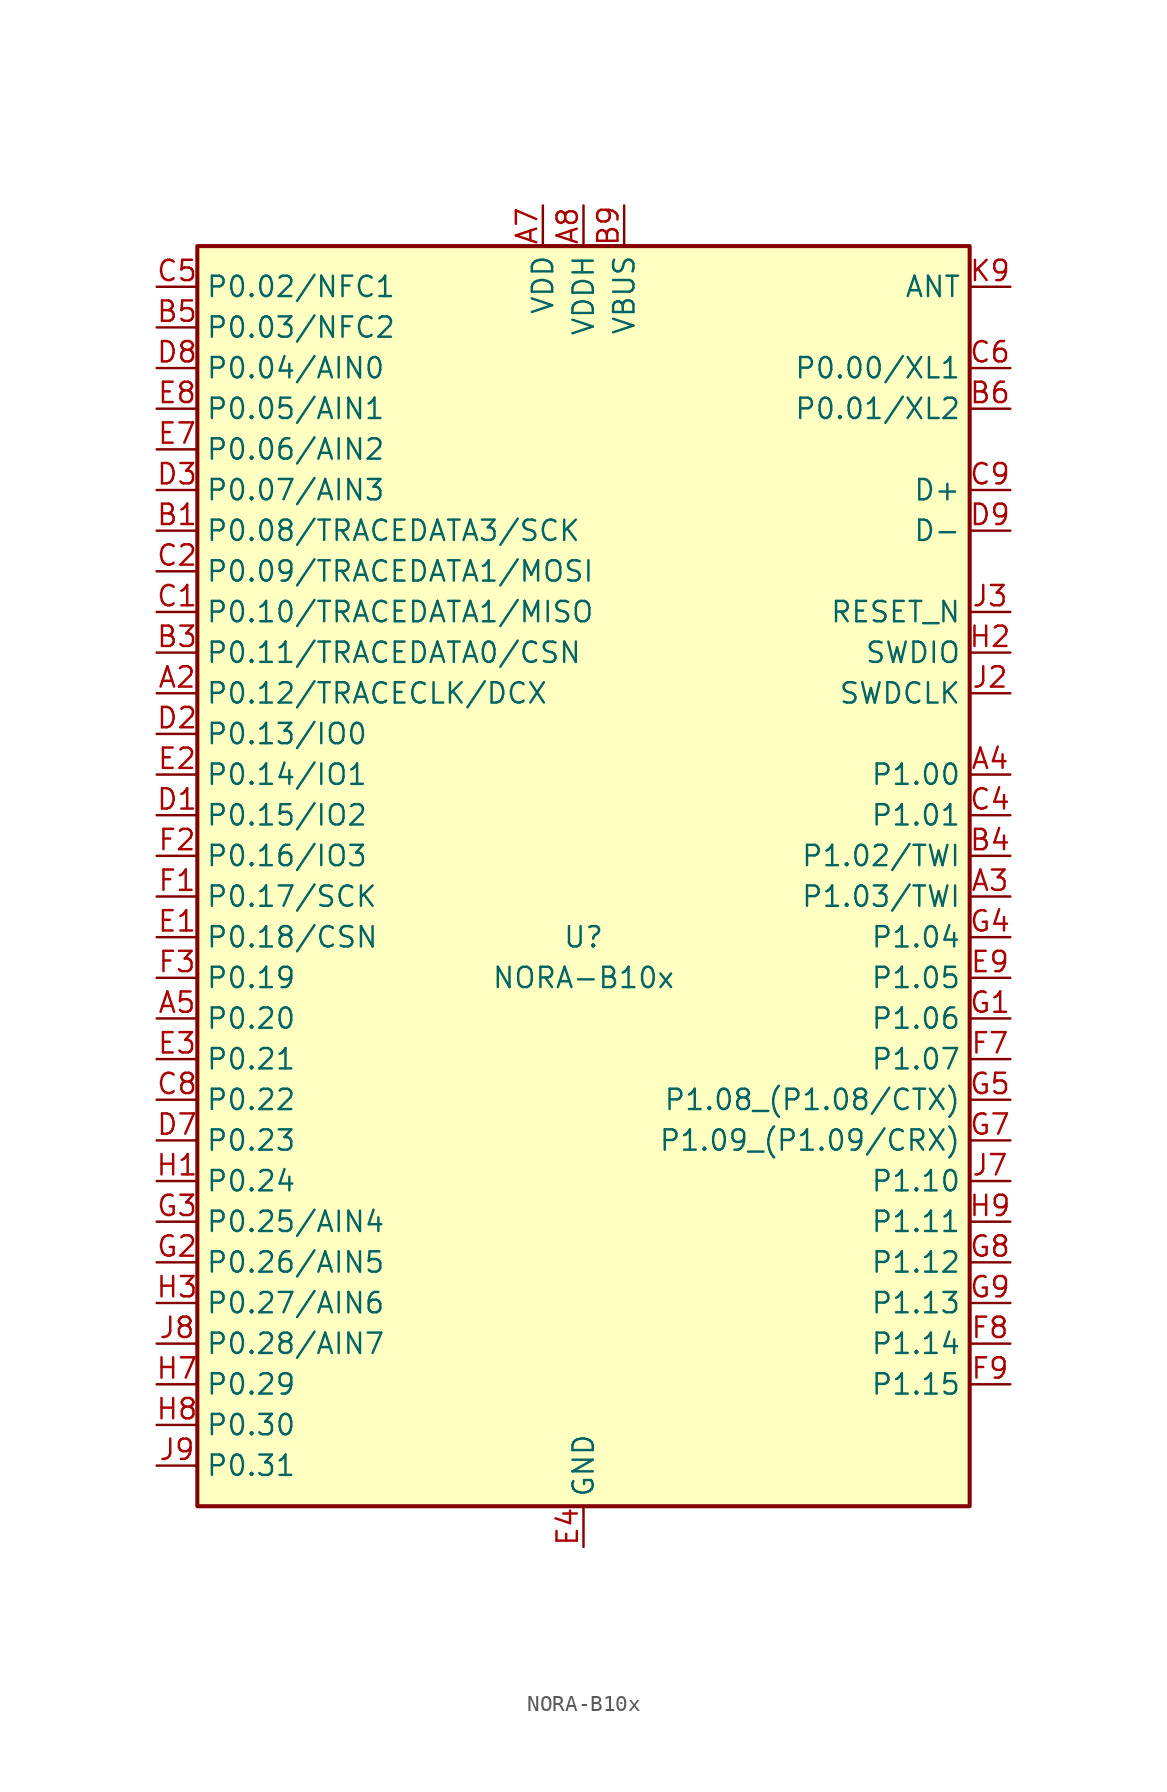
<source format=kicad_sym>
(kicad_symbol_lib
  (version 20210619)
  (generator kicad_symbol_editor)
  (symbol "RF_Module_User:NORA-B10x"
    (property "Reference" "U"
      (at 0 -3.81 0)
      (effects (font (size 1.27 1.27))))
    (property "Value" "NORA-B10x"
      (at 0 -6.35 0)
      (effects (font (size 1.27 1.27))))
    (symbol "NORA-B10x_0_0"
      (pin input line (at 26.67 16.51 180) (length 2.54) (name "RESET_N" (effects (font (size 1.27 1.27)))) (number "J3" (effects (font (size 1.27 1.27)))))
      (pin bidirectional line (at 26.67 36.83 180) (length 2.54) (name "ANT" (effects (font (size 1.27 1.27)))) (number "K9" (effects (font (size 1.27 1.27))))))
    (symbol "NORA-B10x_0_1"
      (rectangle (start -24.13 39.37) (end 24.13 -39.37) (stroke (width 0.254)) (fill (type background)))
      (pin passive line (at -2.54 41.91 270) (length 2.54) hide (name "VDD" (effects (font (size 1.27 1.27)))) (number "B7" (effects (font (size 1.27 1.27)))))
      (pin passive line (at 0 -41.91 90) (length 2.54) hide (name "GND" (effects (font (size 1.27 1.27)))) (number "E5" (effects (font (size 1.27 1.27)))))
      (pin passive line (at 0 -41.91 90) (length 2.54) hide (name "GND" (effects (font (size 1.27 1.27)))) (number "F4" (effects (font (size 1.27 1.27)))))
      (pin passive line (at 0 -41.91 90) (length 2.54) hide (name "GND" (effects (font (size 1.27 1.27)))) (number "F5" (effects (font (size 1.27 1.27)))))
      (pin passive line (at 0 -41.91 90) (length 2.54) hide (name "GND" (effects (font (size 1.27 1.27)))) (number "K2" (effects (font (size 1.27 1.27)))))
      (pin passive line (at 0 -41.91 90) (length 2.54) hide (name "GND" (effects (font (size 1.27 1.27)))) (number "K3" (effects (font (size 1.27 1.27)))))
      (pin passive line (at 0 -41.91 90) (length 2.54) hide (name "GND" (effects (font (size 1.27 1.27)))) (number "K5" (effects (font (size 1.27 1.27)))))
      (pin passive line (at 0 -41.91 90) (length 2.54) hide (name "GND" (effects (font (size 1.27 1.27)))) (number "K7" (effects (font (size 1.27 1.27)))))
      (pin passive line (at 0 -41.91 90) (length 2.54) hide (name "GND" (effects (font (size 1.27 1.27)))) (number "K8" (effects (font (size 1.27 1.27)))))
      (pin passive line (at 0 -41.91 90) (length 2.54) hide (name "GND" (effects (font (size 1.27 1.27)))) (number "L1" (effects (font (size 1.27 1.27)))))
      (pin passive line (at 0 -41.91 90) (length 2.54) hide (name "GND" (effects (font (size 1.27 1.27)))) (number "L9" (effects (font (size 1.27 1.27)))))
      (pin passive line (at 0 -41.91 90) (length 2.54) hide (name "GND" (effects (font (size 1.27 1.27)))) (number "M1" (effects (font (size 1.27 1.27)))))
      (pin passive line (at 0 -41.91 90) (length 2.54) hide (name "GND" (effects (font (size 1.27 1.27)))) (number "M2" (effects (font (size 1.27 1.27)))))
      (pin passive line (at 0 -41.91 90) (length 2.54) hide (name "GND" (effects (font (size 1.27 1.27)))) (number "M8" (effects (font (size 1.27 1.27)))))
      (pin passive line (at 0 -41.91 90) (length 2.54) hide (name "GND" (effects (font (size 1.27 1.27)))) (number "M9" (effects (font (size 1.27 1.27))))))
    (symbol "NORA-B10x_1_1"
      (pin passive line (at 0 -41.91 90) (length 2.54) hide (name "GND" (effects (font (size 1.27 1.27)))) (number "A1" (effects (font (size 1.27 1.27)))))
      (pin bidirectional line (at -26.67 11.43 0) (length 2.54) (name "P0.12/TRACECLK/DCX" (effects (font (size 1.27 1.27)))) (number "A2" (effects (font (size 1.27 1.27)))))
      (pin bidirectional line (at 26.67 -1.27 180) (length 2.54) (name "P1.03/TWI" (effects (font (size 1.27 1.27)))) (number "A3" (effects (font (size 1.27 1.27)))))
      (pin bidirectional line (at 26.67 6.35 180) (length 2.54) (name "P1.00" (effects (font (size 1.27 1.27)))) (number "A4" (effects (font (size 1.27 1.27)))))
      (pin bidirectional line (at -26.67 -8.89 0) (length 2.54) (name "P0.20" (effects (font (size 1.27 1.27)))) (number "A5" (effects (font (size 1.27 1.27)))))
      (pin power_in line (at -2.54 41.91 270) (length 2.54) (name "VDD" (effects (font (size 1.27 1.27)))) (number "A7" (effects (font (size 1.27 1.27)))))
      (pin power_in line (at 0 41.91 270) (length 2.54) (name "VDDH" (effects (font (size 1.27 1.27)))) (number "A8" (effects (font (size 1.27 1.27)))))
      (pin passive line (at 0 -41.91 90) (length 2.54) hide (name "GND" (effects (font (size 1.27 1.27)))) (number "A9" (effects (font (size 1.27 1.27)))))
      (pin bidirectional line (at -26.67 21.59 0) (length 2.54) (name "P0.08/TRACEDATA3/SCK" (effects (font (size 1.27 1.27)))) (number "B1" (effects (font (size 1.27 1.27)))))
      (pin passive line (at 0 -41.91 90) (length 2.54) hide (name "GND" (effects (font (size 1.27 1.27)))) (number "B2" (effects (font (size 1.27 1.27)))))
      (pin bidirectional line (at -26.67 13.97 0) (length 2.54) (name "P0.11/TRACEDATA0/CSN" (effects (font (size 1.27 1.27)))) (number "B3" (effects (font (size 1.27 1.27)))))
      (pin bidirectional line (at 26.67 1.27 180) (length 2.54) (name "P1.02/TWI" (effects (font (size 1.27 1.27)))) (number "B4" (effects (font (size 1.27 1.27)))))
      (pin bidirectional line (at -26.67 34.29 0) (length 2.54) (name "P0.03/NFC2" (effects (font (size 1.27 1.27)))) (number "B5" (effects (font (size 1.27 1.27)))))
      (pin bidirectional line (at 26.67 29.21 180) (length 2.54) (name "P0.01/XL2" (effects (font (size 1.27 1.27)))) (number "B6" (effects (font (size 1.27 1.27)))))
      (pin passive line (at 0 -41.91 90) (length 2.54) hide (name "GND" (effects (font (size 1.27 1.27)))) (number "B8" (effects (font (size 1.27 1.27)))))
      (pin power_in line (at 2.54 41.91 270) (length 2.54) (name "VBUS" (effects (font (size 1.27 1.27)))) (number "B9" (effects (font (size 1.27 1.27)))))
      (pin bidirectional line (at -26.67 16.51 0) (length 2.54) (name "P0.10/TRACEDATA1/MISO" (effects (font (size 1.27 1.27)))) (number "C1" (effects (font (size 1.27 1.27)))))
      (pin bidirectional line (at -26.67 19.05 0) (length 2.54) (name "P0.09/TRACEDATA1/MOSI" (effects (font (size 1.27 1.27)))) (number "C2" (effects (font (size 1.27 1.27)))))
      (pin bidirectional line (at 26.67 3.81 180) (length 2.54) (name "P1.01" (effects (font (size 1.27 1.27)))) (number "C4" (effects (font (size 1.27 1.27)))))
      (pin bidirectional line (at -26.67 36.83 0) (length 2.54) (name "P0.02/NFC1" (effects (font (size 1.27 1.27)))) (number "C5" (effects (font (size 1.27 1.27)))))
      (pin bidirectional line (at 26.67 31.75 180) (length 2.54) (name "P0.00/XL1" (effects (font (size 1.27 1.27)))) (number "C6" (effects (font (size 1.27 1.27)))))
      (pin bidirectional line (at -26.67 -13.97 0) (length 2.54) (name "P0.22" (effects (font (size 1.27 1.27)))) (number "C8" (effects (font (size 1.27 1.27)))))
      (pin bidirectional line (at 26.67 24.13 180) (length 2.54) (name "D+" (effects (font (size 1.27 1.27)))) (number "C9" (effects (font (size 1.27 1.27)))))
      (pin bidirectional line (at -26.67 3.81 0) (length 2.54) (name "P0.15/IO2" (effects (font (size 1.27 1.27)))) (number "D1" (effects (font (size 1.27 1.27)))))
      (pin bidirectional line (at -26.67 8.89 0) (length 2.54) (name "P0.13/IO0" (effects (font (size 1.27 1.27)))) (number "D2" (effects (font (size 1.27 1.27)))))
      (pin bidirectional line (at -26.67 24.13 0) (length 2.54) (name "P0.07/AIN3" (effects (font (size 1.27 1.27)))) (number "D3" (effects (font (size 1.27 1.27)))))
      (pin bidirectional line (at -26.67 -16.51 0) (length 2.54) (name "P0.23" (effects (font (size 1.27 1.27)))) (number "D7" (effects (font (size 1.27 1.27)))))
      (pin bidirectional line (at -26.67 31.75 0) (length 2.54) (name "P0.04/AIN0" (effects (font (size 1.27 1.27)))) (number "D8" (effects (font (size 1.27 1.27)))))
      (pin bidirectional line (at 26.67 21.59 180) (length 2.54) (name "D-" (effects (font (size 1.27 1.27)))) (number "D9" (effects (font (size 1.27 1.27)))))
      (pin bidirectional line (at -26.67 -3.81 0) (length 2.54) (name "P0.18/CSN" (effects (font (size 1.27 1.27)))) (number "E1" (effects (font (size 1.27 1.27)))))
      (pin bidirectional line (at -26.67 6.35 0) (length 2.54) (name "P0.14/IO1" (effects (font (size 1.27 1.27)))) (number "E2" (effects (font (size 1.27 1.27)))))
      (pin bidirectional line (at -26.67 -11.43 0) (length 2.54) (name "P0.21" (effects (font (size 1.27 1.27)))) (number "E3" (effects (font (size 1.27 1.27)))))
      (pin power_in line (at 0 -41.91 90) (length 2.54) (name "GND" (effects (font (size 1.27 1.27)))) (number "E4" (effects (font (size 1.27 1.27)))))
      (pin bidirectional line (at -26.67 26.67 0) (length 2.54) (name "P0.06/AIN2" (effects (font (size 1.27 1.27)))) (number "E7" (effects (font (size 1.27 1.27)))))
      (pin bidirectional line (at -26.67 29.21 0) (length 2.54) (name "P0.05/AIN1" (effects (font (size 1.27 1.27)))) (number "E8" (effects (font (size 1.27 1.27)))))
      (pin bidirectional line (at 26.67 -6.35 180) (length 2.54) (name "P1.05" (effects (font (size 1.27 1.27)))) (number "E9" (effects (font (size 1.27 1.27)))))
      (pin bidirectional line (at -26.67 -1.27 0) (length 2.54) (name "P0.17/SCK" (effects (font (size 1.27 1.27)))) (number "F1" (effects (font (size 1.27 1.27)))))
      (pin bidirectional line (at -26.67 1.27 0) (length 2.54) (name "P0.16/IO3" (effects (font (size 1.27 1.27)))) (number "F2" (effects (font (size 1.27 1.27)))))
      (pin bidirectional line (at -26.67 -6.35 0) (length 2.54) (name "P0.19" (effects (font (size 1.27 1.27)))) (number "F3" (effects (font (size 1.27 1.27)))))
      (pin bidirectional line (at 26.67 -11.43 180) (length 2.54) (name "P1.07" (effects (font (size 1.27 1.27)))) (number "F7" (effects (font (size 1.27 1.27)))))
      (pin bidirectional line (at 26.67 -29.21 180) (length 2.54) (name "P1.14" (effects (font (size 1.27 1.27)))) (number "F8" (effects (font (size 1.27 1.27)))))
      (pin bidirectional line (at 26.67 -31.75 180) (length 2.54) (name "P1.15" (effects (font (size 1.27 1.27)))) (number "F9" (effects (font (size 1.27 1.27)))))
      (pin bidirectional line (at 26.67 -8.89 180) (length 2.54) (name "P1.06" (effects (font (size 1.27 1.27)))) (number "G1" (effects (font (size 1.27 1.27)))))
      (pin bidirectional line (at -26.67 -24.13 0) (length 2.54) (name "P0.26/AIN5" (effects (font (size 1.27 1.27)))) (number "G2" (effects (font (size 1.27 1.27)))))
      (pin bidirectional line (at -26.67 -21.59 0) (length 2.54) (name "P0.25/AIN4" (effects (font (size 1.27 1.27)))) (number "G3" (effects (font (size 1.27 1.27)))))
      (pin bidirectional line (at 26.67 -3.81 180) (length 2.54) (name "P1.04" (effects (font (size 1.27 1.27)))) (number "G4" (effects (font (size 1.27 1.27)))))
      (pin bidirectional line (at 26.67 -13.97 180) (length 2.54) (name "P1.08_(P1.08/CTX)" (effects (font (size 1.27 1.27)))) (number "G5" (effects (font (size 1.27 1.27)))))
      (pin bidirectional line (at 26.67 -16.51 180) (length 2.54) (name "P1.09_(P1.09/CRX)" (effects (font (size 1.27 1.27)))) (number "G7" (effects (font (size 1.27 1.27)))))
      (pin bidirectional line (at 26.67 -24.13 180) (length 2.54) (name "P1.12" (effects (font (size 1.27 1.27)))) (number "G8" (effects (font (size 1.27 1.27)))))
      (pin bidirectional line (at 26.67 -26.67 180) (length 2.54) (name "P1.13" (effects (font (size 1.27 1.27)))) (number "G9" (effects (font (size 1.27 1.27)))))
      (pin bidirectional line (at -26.67 -19.05 0) (length 2.54) (name "P0.24" (effects (font (size 1.27 1.27)))) (number "H1" (effects (font (size 1.27 1.27)))))
      (pin bidirectional line (at 26.67 13.97 180) (length 2.54) (name "SWDIO" (effects (font (size 1.27 1.27)))) (number "H2" (effects (font (size 1.27 1.27)))))
      (pin bidirectional line (at -26.67 -26.67 0) (length 2.54) (name "P0.27/AIN6" (effects (font (size 1.27 1.27)))) (number "H3" (effects (font (size 1.27 1.27)))))
      (pin bidirectional line (at -26.67 -31.75 0) (length 2.54) (name "P0.29" (effects (font (size 1.27 1.27)))) (number "H7" (effects (font (size 1.27 1.27)))))
      (pin bidirectional line (at -26.67 -34.29 0) (length 2.54) (name "P0.30" (effects (font (size 1.27 1.27)))) (number "H8" (effects (font (size 1.27 1.27)))))
      (pin bidirectional line (at 26.67 -21.59 180) (length 2.54) (name "P1.11" (effects (font (size 1.27 1.27)))) (number "H9" (effects (font (size 1.27 1.27)))))
      (pin input line (at 26.67 11.43 180) (length 2.54) (name "SWDCLK" (effects (font (size 1.27 1.27)))) (number "J2" (effects (font (size 1.27 1.27)))))
      (pin bidirectional line (at 26.67 -19.05 180) (length 2.54) (name "P1.10" (effects (font (size 1.27 1.27)))) (number "J7" (effects (font (size 1.27 1.27)))))
      (pin bidirectional line (at -26.67 -29.21 0) (length 2.54) (name "P0.28/AIN7" (effects (font (size 1.27 1.27)))) (number "J8" (effects (font (size 1.27 1.27)))))
      (pin bidirectional line (at -26.67 -36.83 0) (length 2.54) (name "P0.31" (effects (font (size 1.27 1.27)))) (number "J9" (effects (font (size 1.27 1.27))))))))
</source>
